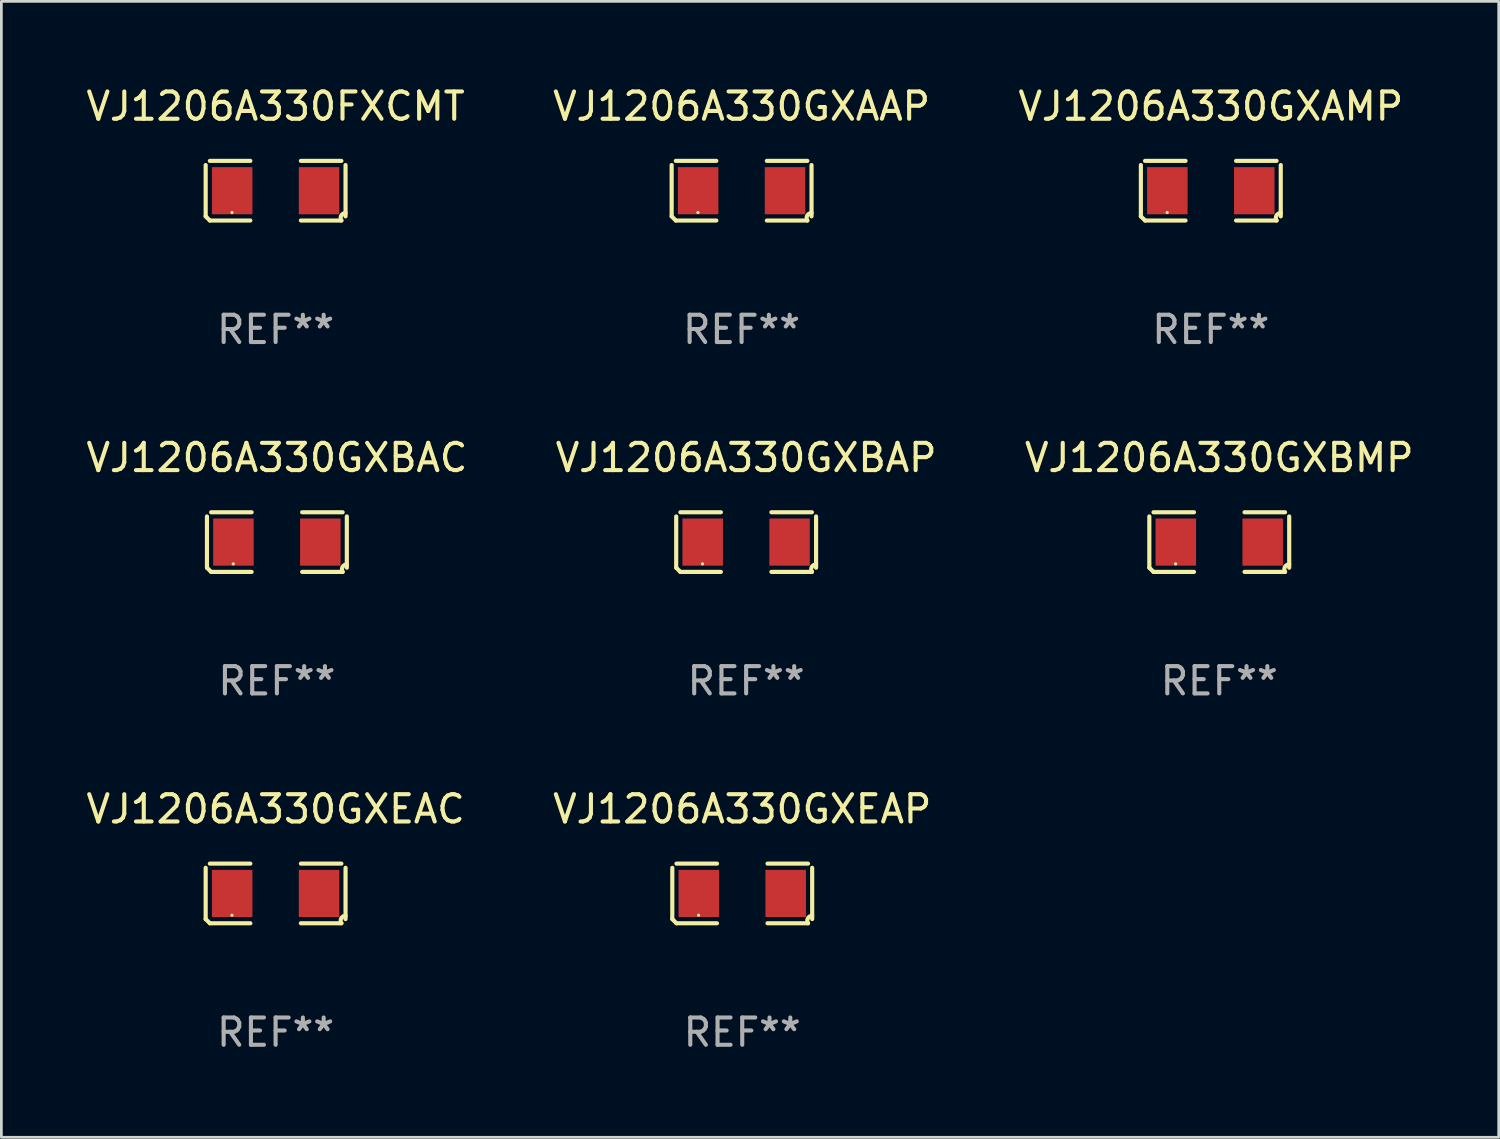
<source format=kicad_pcb>
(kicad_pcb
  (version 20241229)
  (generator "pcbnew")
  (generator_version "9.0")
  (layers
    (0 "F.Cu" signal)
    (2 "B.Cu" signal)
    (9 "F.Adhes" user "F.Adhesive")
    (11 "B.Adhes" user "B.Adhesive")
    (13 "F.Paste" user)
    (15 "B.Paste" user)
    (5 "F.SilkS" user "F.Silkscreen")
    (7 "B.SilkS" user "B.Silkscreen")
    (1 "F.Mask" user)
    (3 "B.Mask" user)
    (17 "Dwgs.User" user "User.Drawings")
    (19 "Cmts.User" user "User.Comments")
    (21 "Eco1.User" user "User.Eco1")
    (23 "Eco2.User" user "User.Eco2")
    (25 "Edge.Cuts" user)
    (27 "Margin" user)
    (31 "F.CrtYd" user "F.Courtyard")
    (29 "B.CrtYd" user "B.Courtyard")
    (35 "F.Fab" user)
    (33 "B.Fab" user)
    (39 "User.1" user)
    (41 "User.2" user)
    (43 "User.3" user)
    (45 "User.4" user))
  (footprint "VJ1206A330GXAMP"
    (layer "F.Cu")
    (at 41.339 3.941)
    (property "Reference" "VJ1206A330GXAMP" (at 0 -3.093 0) (layer "F.SilkS") (effects (font (size 1 1) (thickness 0.15))))
    (attr through_hole)
    (fp_line (start -2.564 0.94) (end -2.564 -0.94) (stroke (width 0.152) (type solid)) (layer "F.SilkS"))
    (fp_line (start -2.411 -1.093) (end -0.926 -1.093) (stroke (width 0.152) (type solid)) (layer "F.SilkS"))
    (fp_line (start -0.926 1.093) (end -2.411 1.093) (stroke (width 0.152) (type solid)) (layer "F.SilkS"))
    (fp_line (start 0.926 1.093) (end 2.411 1.093) (stroke (width 0.152) (type solid)) (layer "F.SilkS"))
    (fp_line (start 2.411 -1.093) (end 0.926 -1.093) (stroke (width 0.152) (type solid)) (layer "F.SilkS"))
    (fp_line (start 2.564 0.94) (end 2.564 -0.94) (stroke (width 0.152) (type solid)) (layer "F.SilkS"))
    (fp_arc (start -2.411201 1.092609) (mid -2.487413 1.01642) (end -2.563602 0.940208) (stroke (width 0.1524) (type solid)) (layer "F.SilkS"))
    (fp_arc (start 2.411201 1.092609) (mid 2.407159 0.911226) (end 2.563602 0.819347) (stroke (width 0.1524) (type solid)) (layer "F.SilkS"))
    (fp_circle (center -1.6 0.8) (end -1.57 0.8) (stroke (width 0.06) (type solid)) (fill no) (layer "F.SilkS"))
    (fp_text user "REF**" (at 0 5.093 0) (layer "F.Fab") (effects (font (size 1 1) (thickness 0.15))))
    (pad "1" smd rect (at -1.593 0) (size 1.485 1.728) (layers "F.Cu" "F.Mask" "F.Paste"))
    (pad "2" smd rect (at 1.593 0) (size 1.485 1.728) (layers "F.Cu" "F.Mask" "F.Paste")))
  (footprint "VJ1206A330FXCMT"
    (layer "F.Cu")
    (at 7.054 3.941)
    (property "Reference" "VJ1206A330FXCMT" (at 0 -3.093 0) (layer "F.SilkS") (effects (font (size 1 1) (thickness 0.15))))
    (attr through_hole)
    (fp_line (start -2.564 0.94) (end -2.564 -0.94) (stroke (width 0.152) (type solid)) (layer "F.SilkS"))
    (fp_line (start -2.411 -1.093) (end -0.926 -1.093) (stroke (width 0.152) (type solid)) (layer "F.SilkS"))
    (fp_line (start -0.926 1.093) (end -2.411 1.093) (stroke (width 0.152) (type solid)) (layer "F.SilkS"))
    (fp_line (start 0.926 1.093) (end 2.411 1.093) (stroke (width 0.152) (type solid)) (layer "F.SilkS"))
    (fp_line (start 2.411 -1.093) (end 0.926 -1.093) (stroke (width 0.152) (type solid)) (layer "F.SilkS"))
    (fp_line (start 2.564 0.94) (end 2.564 -0.94) (stroke (width 0.152) (type solid)) (layer "F.SilkS"))
    (fp_arc (start -2.411201 1.092609) (mid -2.487413 1.01642) (end -2.563602 0.940208) (stroke (width 0.1524) (type solid)) (layer "F.SilkS"))
    (fp_arc (start 2.411201 1.092609) (mid 2.407159 0.911226) (end 2.563602 0.819347) (stroke (width 0.1524) (type solid)) (layer "F.SilkS"))
    (fp_circle (center -1.6 0.8) (end -1.57 0.8) (stroke (width 0.06) (type solid)) (fill no) (layer "F.SilkS"))
    (fp_text user "REF**" (at 0 5.093 0) (layer "F.Fab") (effects (font (size 1 1) (thickness 0.15))))
    (pad "1" smd rect (at -1.593 0) (size 1.485 1.728) (layers "F.Cu" "F.Mask" "F.Paste"))
    (pad "2" smd rect (at 1.593 0) (size 1.485 1.728) (layers "F.Cu" "F.Mask" "F.Paste")))
  (footprint "VJ1206A330GXEAP"
    (layer "F.Cu")
    (at 24.161 29.704)
    (property "Reference" "VJ1206A330GXEAP" (at 0 -3.093 0) (layer "F.SilkS") (effects (font (size 1 1) (thickness 0.15))))
    (attr through_hole)
    (fp_line (start -2.564 0.94) (end -2.564 -0.94) (stroke (width 0.152) (type solid)) (layer "F.SilkS"))
    (fp_line (start -2.411 -1.093) (end -0.926 -1.093) (stroke (width 0.152) (type solid)) (layer "F.SilkS"))
    (fp_line (start -0.926 1.093) (end -2.411 1.093) (stroke (width 0.152) (type solid)) (layer "F.SilkS"))
    (fp_line (start 0.926 1.093) (end 2.411 1.093) (stroke (width 0.152) (type solid)) (layer "F.SilkS"))
    (fp_line (start 2.411 -1.093) (end 0.926 -1.093) (stroke (width 0.152) (type solid)) (layer "F.SilkS"))
    (fp_line (start 2.564 0.94) (end 2.564 -0.94) (stroke (width 0.152) (type solid)) (layer "F.SilkS"))
    (fp_arc (start -2.411201 1.092609) (mid -2.487413 1.01642) (end -2.563602 0.940208) (stroke (width 0.1524) (type solid)) (layer "F.SilkS"))
    (fp_arc (start 2.411201 1.092609) (mid 2.407159 0.911226) (end 2.563602 0.819347) (stroke (width 0.1524) (type solid)) (layer "F.SilkS"))
    (fp_circle (center -1.6 0.8) (end -1.57 0.8) (stroke (width 0.06) (type solid)) (fill no) (layer "F.SilkS"))
    (fp_text user "REF**" (at 0 5.093 0) (layer "F.Fab") (effects (font (size 1 1) (thickness 0.15))))
    (pad "1" smd rect (at -1.593 0) (size 1.485 1.728) (layers "F.Cu" "F.Mask" "F.Paste"))
    (pad "2" smd rect (at 1.593 0) (size 1.485 1.728) (layers "F.Cu" "F.Mask" "F.Paste")))
  (footprint "VJ1206A330GXBAC"
    (layer "F.Cu")
    (at 7.101 16.823)
    (property "Reference" "VJ1206A330GXBAC" (at 0 -3.093 0) (layer "F.SilkS") (effects (font (size 1 1) (thickness 0.15))))
    (attr through_hole)
    (fp_line (start -2.564 0.94) (end -2.564 -0.94) (stroke (width 0.152) (type solid)) (layer "F.SilkS"))
    (fp_line (start -2.411 -1.093) (end -0.926 -1.093) (stroke (width 0.152) (type solid)) (layer "F.SilkS"))
    (fp_line (start -0.926 1.093) (end -2.411 1.093) (stroke (width 0.152) (type solid)) (layer "F.SilkS"))
    (fp_line (start 0.926 1.093) (end 2.411 1.093) (stroke (width 0.152) (type solid)) (layer "F.SilkS"))
    (fp_line (start 2.411 -1.093) (end 0.926 -1.093) (stroke (width 0.152) (type solid)) (layer "F.SilkS"))
    (fp_line (start 2.564 0.94) (end 2.564 -0.94) (stroke (width 0.152) (type solid)) (layer "F.SilkS"))
    (fp_arc (start -2.411201 1.092609) (mid -2.487413 1.01642) (end -2.563602 0.940208) (stroke (width 0.1524) (type solid)) (layer "F.SilkS"))
    (fp_arc (start 2.411201 1.092609) (mid 2.407159 0.911226) (end 2.563602 0.819347) (stroke (width 0.1524) (type solid)) (layer "F.SilkS"))
    (fp_circle (center -1.6 0.8) (end -1.57 0.8) (stroke (width 0.06) (type solid)) (fill no) (layer "F.SilkS"))
    (fp_text user "REF**" (at 0 5.093 0) (layer "F.Fab") (effects (font (size 1 1) (thickness 0.15))))
    (pad "1" smd rect (at -1.593 0) (size 1.485 1.728) (layers "F.Cu" "F.Mask" "F.Paste"))
    (pad "2" smd rect (at 1.593 0) (size 1.485 1.728) (layers "F.Cu" "F.Mask" "F.Paste")))
  (footprint "VJ1206A330GXEAC"
    (layer "F.Cu")
    (at 7.054 29.704)
    (property "Reference" "VJ1206A330GXEAC" (at 0 -3.093 0) (layer "F.SilkS") (effects (font (size 1 1) (thickness 0.15))))
    (attr through_hole)
    (fp_line (start -2.564 0.94) (end -2.564 -0.94) (stroke (width 0.152) (type solid)) (layer "F.SilkS"))
    (fp_line (start -2.411 -1.093) (end -0.926 -1.093) (stroke (width 0.152) (type solid)) (layer "F.SilkS"))
    (fp_line (start -0.926 1.093) (end -2.411 1.093) (stroke (width 0.152) (type solid)) (layer "F.SilkS"))
    (fp_line (start 0.926 1.093) (end 2.411 1.093) (stroke (width 0.152) (type solid)) (layer "F.SilkS"))
    (fp_line (start 2.411 -1.093) (end 0.926 -1.093) (stroke (width 0.152) (type solid)) (layer "F.SilkS"))
    (fp_line (start 2.564 0.94) (end 2.564 -0.94) (stroke (width 0.152) (type solid)) (layer "F.SilkS"))
    (fp_arc (start -2.411201 1.092609) (mid -2.487413 1.01642) (end -2.563602 0.940208) (stroke (width 0.1524) (type solid)) (layer "F.SilkS"))
    (fp_arc (start 2.411201 1.092609) (mid 2.407159 0.911226) (end 2.563602 0.819347) (stroke (width 0.1524) (type solid)) (layer "F.SilkS"))
    (fp_circle (center -1.6 0.8) (end -1.57 0.8) (stroke (width 0.06) (type solid)) (fill no) (layer "F.SilkS"))
    (fp_text user "REF**" (at 0 5.093 0) (layer "F.Fab") (effects (font (size 1 1) (thickness 0.15))))
    (pad "1" smd rect (at -1.593 0) (size 1.485 1.728) (layers "F.Cu" "F.Mask" "F.Paste"))
    (pad "2" smd rect (at 1.593 0) (size 1.485 1.728) (layers "F.Cu" "F.Mask" "F.Paste")))
  (footprint "VJ1206A330GXAAP"
    (layer "F.Cu")
    (at 24.137 3.941)
    (property "Reference" "VJ1206A330GXAAP" (at 0 -3.093 0) (layer "F.SilkS") (effects (font (size 1 1) (thickness 0.15))))
    (attr through_hole)
    (fp_line (start -2.564 0.94) (end -2.564 -0.94) (stroke (width 0.152) (type solid)) (layer "F.SilkS"))
    (fp_line (start -2.411 -1.093) (end -0.926 -1.093) (stroke (width 0.152) (type solid)) (layer "F.SilkS"))
    (fp_line (start -0.926 1.093) (end -2.411 1.093) (stroke (width 0.152) (type solid)) (layer "F.SilkS"))
    (fp_line (start 0.926 1.093) (end 2.411 1.093) (stroke (width 0.152) (type solid)) (layer "F.SilkS"))
    (fp_line (start 2.411 -1.093) (end 0.926 -1.093) (stroke (width 0.152) (type solid)) (layer "F.SilkS"))
    (fp_line (start 2.564 0.94) (end 2.564 -0.94) (stroke (width 0.152) (type solid)) (layer "F.SilkS"))
    (fp_arc (start -2.411201 1.092609) (mid -2.487413 1.01642) (end -2.563602 0.940208) (stroke (width 0.1524) (type solid)) (layer "F.SilkS"))
    (fp_arc (start 2.411201 1.092609) (mid 2.407159 0.911226) (end 2.563602 0.819347) (stroke (width 0.1524) (type solid)) (layer "F.SilkS"))
    (fp_circle (center -1.6 0.8) (end -1.57 0.8) (stroke (width 0.06) (type solid)) (fill no) (layer "F.SilkS"))
    (fp_text user "REF**" (at 0 5.093 0) (layer "F.Fab") (effects (font (size 1 1) (thickness 0.15))))
    (pad "1" smd rect (at -1.593 0) (size 1.485 1.728) (layers "F.Cu" "F.Mask" "F.Paste"))
    (pad "2" smd rect (at 1.593 0) (size 1.485 1.728) (layers "F.Cu" "F.Mask" "F.Paste")))
  (footprint "VJ1206A330GXBAP"
    (layer "F.Cu")
    (at 24.304 16.823)
    (property "Reference" "VJ1206A330GXBAP" (at 0 -3.093 0) (layer "F.SilkS") (effects (font (size 1 1) (thickness 0.15))))
    (attr through_hole)
    (fp_line (start -2.564 0.94) (end -2.564 -0.94) (stroke (width 0.152) (type solid)) (layer "F.SilkS"))
    (fp_line (start -2.411 -1.093) (end -0.926 -1.093) (stroke (width 0.152) (type solid)) (layer "F.SilkS"))
    (fp_line (start -0.926 1.093) (end -2.411 1.093) (stroke (width 0.152) (type solid)) (layer "F.SilkS"))
    (fp_line (start 0.926 1.093) (end 2.411 1.093) (stroke (width 0.152) (type solid)) (layer "F.SilkS"))
    (fp_line (start 2.411 -1.093) (end 0.926 -1.093) (stroke (width 0.152) (type solid)) (layer "F.SilkS"))
    (fp_line (start 2.564 0.94) (end 2.564 -0.94) (stroke (width 0.152) (type solid)) (layer "F.SilkS"))
    (fp_arc (start -2.411201 1.092609) (mid -2.487413 1.01642) (end -2.563602 0.940208) (stroke (width 0.1524) (type solid)) (layer "F.SilkS"))
    (fp_arc (start 2.411201 1.092609) (mid 2.407159 0.911226) (end 2.563602 0.819347) (stroke (width 0.1524) (type solid)) (layer "F.SilkS"))
    (fp_circle (center -1.6 0.8) (end -1.57 0.8) (stroke (width 0.06) (type solid)) (fill no) (layer "F.SilkS"))
    (fp_text user "REF**" (at 0 5.093 0) (layer "F.Fab") (effects (font (size 1 1) (thickness 0.15))))
    (pad "1" smd rect (at -1.593 0) (size 1.485 1.728) (layers "F.Cu" "F.Mask" "F.Paste"))
    (pad "2" smd rect (at 1.593 0) (size 1.485 1.728) (layers "F.Cu" "F.Mask" "F.Paste")))
  (footprint "VJ1206A330GXBMP"
    (layer "F.Cu")
    (at 41.649 16.823)
    (property "Reference" "VJ1206A330GXBMP" (at 0 -3.093 0) (layer "F.SilkS") (effects (font (size 1 1) (thickness 0.15))))
    (attr through_hole)
    (fp_line (start -2.564 0.94) (end -2.564 -0.94) (stroke (width 0.152) (type solid)) (layer "F.SilkS"))
    (fp_line (start -2.411 -1.093) (end -0.926 -1.093) (stroke (width 0.152) (type solid)) (layer "F.SilkS"))
    (fp_line (start -0.926 1.093) (end -2.411 1.093) (stroke (width 0.152) (type solid)) (layer "F.SilkS"))
    (fp_line (start 0.926 1.093) (end 2.411 1.093) (stroke (width 0.152) (type solid)) (layer "F.SilkS"))
    (fp_line (start 2.411 -1.093) (end 0.926 -1.093) (stroke (width 0.152) (type solid)) (layer "F.SilkS"))
    (fp_line (start 2.564 0.94) (end 2.564 -0.94) (stroke (width 0.152) (type solid)) (layer "F.SilkS"))
    (fp_arc (start -2.411201 1.092609) (mid -2.487413 1.01642) (end -2.563602 0.940208) (stroke (width 0.1524) (type solid)) (layer "F.SilkS"))
    (fp_arc (start 2.411201 1.092609) (mid 2.407159 0.911226) (end 2.563602 0.819347) (stroke (width 0.1524) (type solid)) (layer "F.SilkS"))
    (fp_circle (center -1.6 0.8) (end -1.57 0.8) (stroke (width 0.06) (type solid)) (fill no) (layer "F.SilkS"))
    (fp_text user "REF**" (at 0 5.093 0) (layer "F.Fab") (effects (font (size 1 1) (thickness 0.15))))
    (pad "1" smd rect (at -1.593 0) (size 1.485 1.728) (layers "F.Cu" "F.Mask" "F.Paste"))
    (pad "2" smd rect (at 1.593 0) (size 1.485 1.728) (layers "F.Cu" "F.Mask" "F.Paste")))
  (gr_rect
    (start -3 -3)
    (end 51.893 38.645)
    (stroke (width 0.1) (type default))
    (fill no)
    (layer "Edge.Cuts")))
</source>
